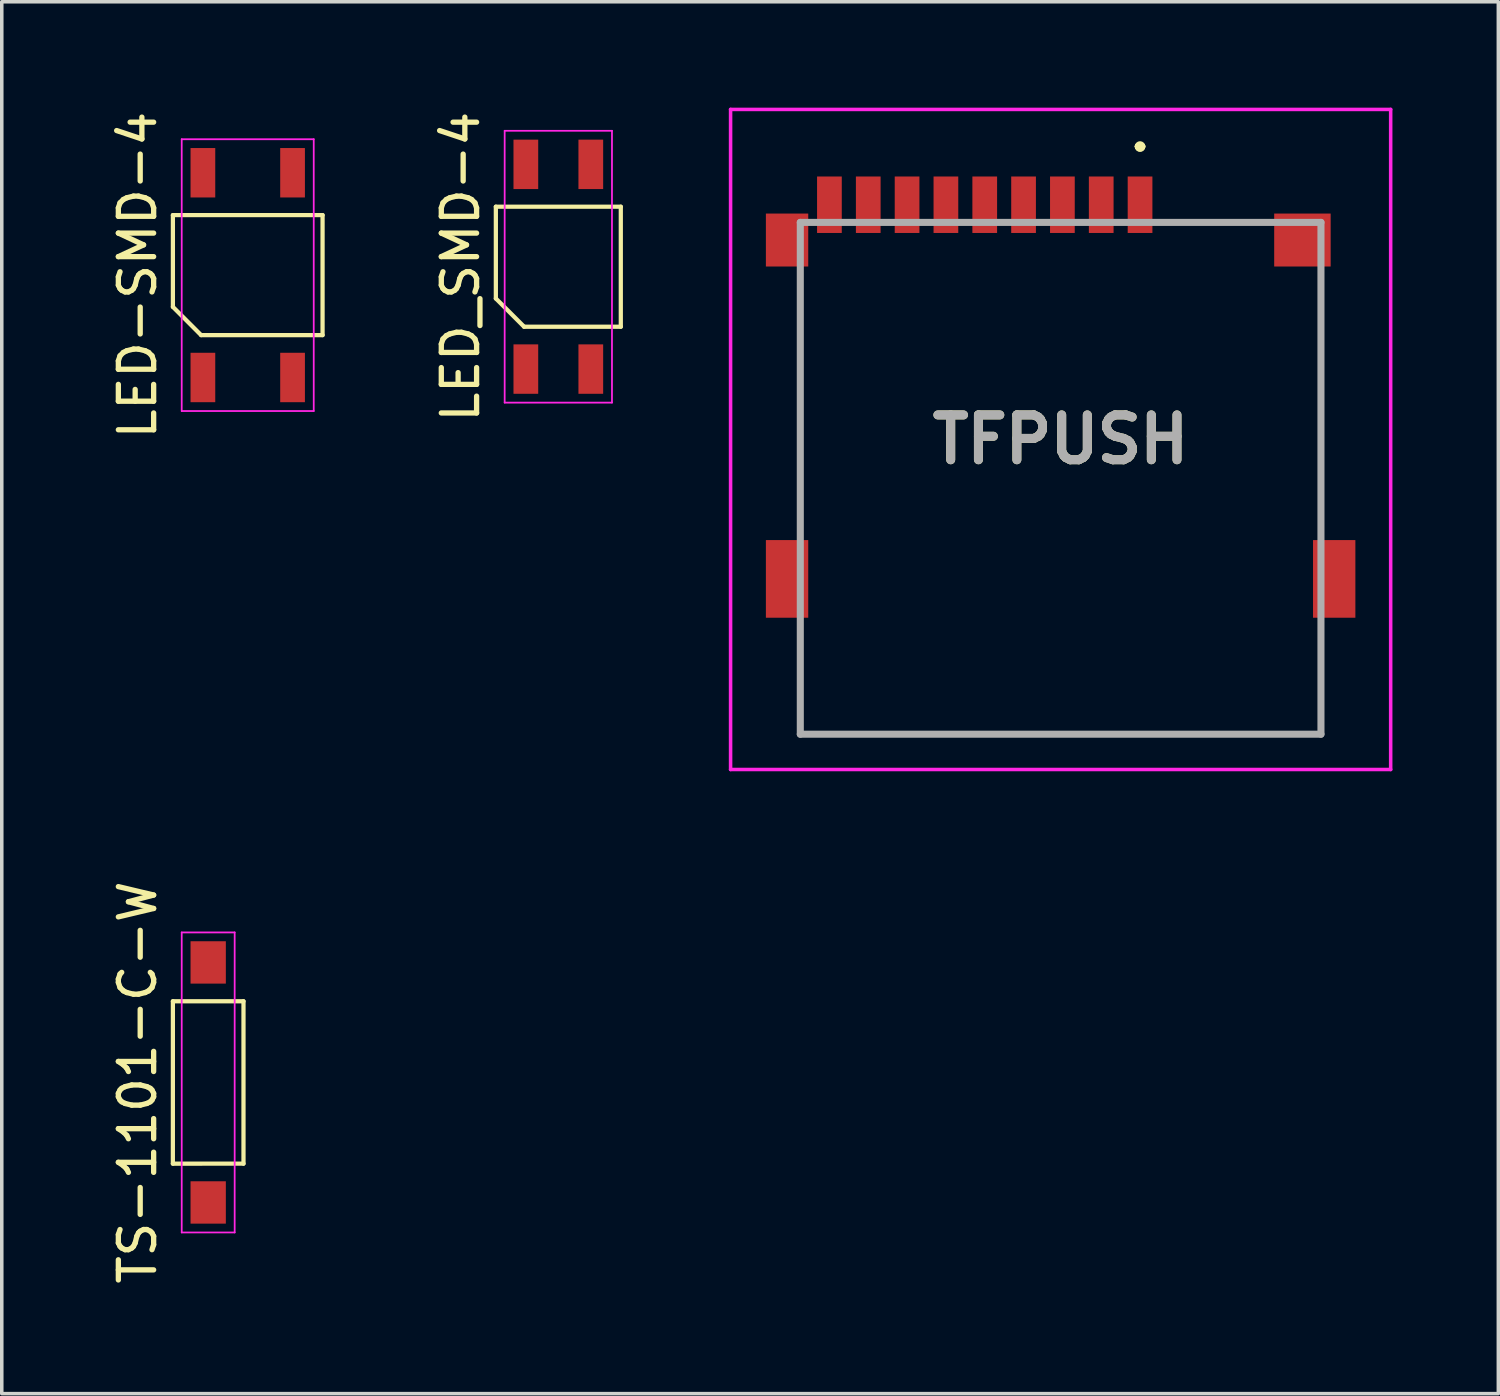
<source format=kicad_pcb>
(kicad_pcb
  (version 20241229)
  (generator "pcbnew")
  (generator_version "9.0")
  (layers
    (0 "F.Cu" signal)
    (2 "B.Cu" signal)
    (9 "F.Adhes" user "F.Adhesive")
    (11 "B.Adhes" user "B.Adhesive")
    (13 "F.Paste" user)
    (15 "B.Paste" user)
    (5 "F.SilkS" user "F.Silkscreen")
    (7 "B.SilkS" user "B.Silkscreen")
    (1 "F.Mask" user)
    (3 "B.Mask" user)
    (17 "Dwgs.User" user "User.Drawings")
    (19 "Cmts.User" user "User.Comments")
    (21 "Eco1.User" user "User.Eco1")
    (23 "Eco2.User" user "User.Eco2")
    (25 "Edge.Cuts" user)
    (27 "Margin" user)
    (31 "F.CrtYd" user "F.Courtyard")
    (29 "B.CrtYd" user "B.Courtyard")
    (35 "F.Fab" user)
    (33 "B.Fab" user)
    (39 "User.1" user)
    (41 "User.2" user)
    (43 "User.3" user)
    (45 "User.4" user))
  (footprint "LED-SMD-4"
    (layer "F.Cu")
    (at 3.968 4.744)
    (property "Reference" "LED-SMD-4" (at -3.12 0 90) (layer "F.SilkS") (effects (font (size 1 1) (thickness 0.15))))
    (attr smd)
    (fp_line (start -2.12 -1.7) (end 2.12 -1.7) (stroke (width 0.12) (type solid)) (layer "F.SilkS"))
    (fp_line (start -2.12 0.9) (end -2.12 -1.7) (stroke (width 0.12) (type solid)) (layer "F.SilkS"))
    (fp_line (start -1.32 1.7) (end -2.12 0.9) (stroke (width 0.12) (type solid)) (layer "F.SilkS"))
    (fp_line (start 2.12 -1.7) (end 2.12 1.7) (stroke (width 0.12) (type solid)) (layer "F.SilkS"))
    (fp_line (start 2.12 1.7) (end -1.32 1.7) (stroke (width 0.12) (type solid)) (layer "F.SilkS"))
    (fp_line (start -1.87 -3.85) (end 1.87 -3.85) (stroke (width 0.05) (type solid)) (layer "F.CrtYd"))
    (fp_line (start -1.87 3.85) (end -1.87 -3.85) (stroke (width 0.05) (type solid)) (layer "F.CrtYd"))
    (fp_line (start 1.87 -3.85) (end 1.87 3.85) (stroke (width 0.05) (type solid)) (layer "F.CrtYd"))
    (fp_line (start 1.87 3.85) (end -1.87 3.85) (stroke (width 0.05) (type solid)) (layer "F.CrtYd"))
    (pad "1" smd rect (at -1.27 2.9) (size 0.7 1.4) (layers "F.Cu" "F.Mask" "F.Paste"))
    (pad "2" smd rect (at 1.27 2.9) (size 0.7 1.4) (layers "F.Cu" "F.Mask" "F.Paste"))
    (pad "3" smd rect (at 1.27 -2.9) (size 0.7 1.4) (layers "F.Cu" "F.Mask" "F.Paste"))
    (pad "4" smd rect (at -1.27 -2.9) (size 0.7 1.4) (layers "F.Cu" "F.Mask" "F.Paste")))
  (footprint "TS-1101-C-W"
    (layer "F.Cu")
    (at 2.848 27.615)
    (property "Reference" "TS-1101-C-W" (at -2 0 90) (layer "F.SilkS") (effects (font (size 1 1) (thickness 0.15))))
    (attr smd)
    (fp_line (start -1.001 2.301) (end -1 -2.3) (stroke (width 0.12) (type solid)) (layer "F.SilkS"))
    (fp_line (start -1 -2.3) (end 1 -2.3) (stroke (width 0.12) (type solid)) (layer "F.SilkS"))
    (fp_line (start 1 -2.3) (end 1 2.3) (stroke (width 0.12) (type solid)) (layer "F.SilkS"))
    (fp_line (start 1 2.3) (end -1.001 2.301) (stroke (width 0.12) (type solid)) (layer "F.SilkS"))
    (fp_line (start -0.75 -4.25) (end 0.75 -4.25) (stroke (width 0.05) (type solid)) (layer "F.CrtYd"))
    (fp_line (start -0.75 4.25) (end -0.75 -4.25) (stroke (width 0.05) (type solid)) (layer "F.CrtYd"))
    (fp_line (start 0.75 -4.25) (end 0.75 4.25) (stroke (width 0.05) (type solid)) (layer "F.CrtYd"))
    (fp_line (start 0.75 4.25) (end -0.75 4.25) (stroke (width 0.05) (type solid)) (layer "F.CrtYd"))
    (pad "1" smd rect (at 0 3.4) (size 1 1.2) (layers "F.Cu" "F.Mask" "F.Paste"))
    (pad "2" smd rect (at 0 -3.4) (size 1 1.2) (layers "F.Cu" "F.Mask" "F.Paste")))
  (footprint "TFPUSH"
    (layer "F.Cu")
    (at 26.997 10.5)
    (property "Reference" "TFPUSH" (at 0 -1.1 0) (layer "F.SilkS") (effects (font (size 1.27 1.27) (thickness 0.254))))
    (attr through_hole)
    (fp_line (start -7.375 -5.25) (end -7.375 -5.25) (stroke (width 0.1) (type solid)) (layer "F.SilkS"))
    (fp_line (start -7.375 -5.25) (end -7.375 1.25) (stroke (width 0.1) (type solid)) (layer "F.SilkS"))
    (fp_line (start -7.375 1.25) (end -7.375 -5.25) (stroke (width 0.1) (type solid)) (layer "F.SilkS"))
    (fp_line (start -7.375 1.25) (end -7.375 1.25) (stroke (width 0.1) (type solid)) (layer "F.SilkS"))
    (fp_line (start -7.375 4.5) (end -7.375 4.5) (stroke (width 0.1) (type solid)) (layer "F.SilkS"))
    (fp_line (start -7.375 4.5) (end -7.375 7.25) (stroke (width 0.1) (type solid)) (layer "F.SilkS"))
    (fp_line (start -7.375 7.25) (end -7.375 4.5) (stroke (width 0.1) (type solid)) (layer "F.SilkS"))
    (fp_line (start -7.375 7.25) (end -7.375 7.25) (stroke (width 0.1) (type solid)) (layer "F.SilkS"))
    (fp_line (start -7.375 7.25) (end -7.375 7.25) (stroke (width 0.1) (type solid)) (layer "F.SilkS"))
    (fp_line (start -7.375 7.25) (end 7.375 7.25) (stroke (width 0.1) (type solid)) (layer "F.SilkS"))
    (fp_line (start 2.2 -9.4) (end 2.2 -9.4) (stroke (width 0.2) (type solid)) (layer "F.SilkS"))
    (fp_line (start 2.2 -9.4) (end 2.2 -9.4) (stroke (width 0.2) (type solid)) (layer "F.SilkS"))
    (fp_line (start 2.3 -9.4) (end 2.3 -9.4) (stroke (width 0.2) (type solid)) (layer "F.SilkS"))
    (fp_line (start 3.2 -7.25) (end 3.2 -7.25) (stroke (width 0.1) (type solid)) (layer "F.SilkS"))
    (fp_line (start 3.2 -7.25) (end 5.45 -7.25) (stroke (width 0.1) (type solid)) (layer "F.SilkS"))
    (fp_line (start 5.45 -7.25) (end 3.2 -7.25) (stroke (width 0.1) (type solid)) (layer "F.SilkS"))
    (fp_line (start 5.45 -7.25) (end 5.45 -7.25) (stroke (width 0.1) (type solid)) (layer "F.SilkS"))
    (fp_line (start 7.375 -5.25) (end 7.375 -5.25) (stroke (width 0.1) (type solid)) (layer "F.SilkS"))
    (fp_line (start 7.375 -5.25) (end 7.375 1) (stroke (width 0.1) (type solid)) (layer "F.SilkS"))
    (fp_line (start 7.375 1) (end 7.375 -5.25) (stroke (width 0.1) (type solid)) (layer "F.SilkS"))
    (fp_line (start 7.375 1) (end 7.375 1) (stroke (width 0.1) (type solid)) (layer "F.SilkS"))
    (fp_line (start 7.375 4.5) (end 7.375 4.5) (stroke (width 0.1) (type solid)) (layer "F.SilkS"))
    (fp_line (start 7.375 4.5) (end 7.375 7.25) (stroke (width 0.1) (type solid)) (layer "F.SilkS"))
    (fp_line (start 7.375 7.25) (end -7.375 7.25) (stroke (width 0.1) (type solid)) (layer "F.SilkS"))
    (fp_line (start 7.375 7.25) (end 7.375 4.5) (stroke (width 0.1) (type solid)) (layer "F.SilkS"))
    (fp_line (start 7.375 7.25) (end 7.375 7.25) (stroke (width 0.1) (type solid)) (layer "F.SilkS"))
    (fp_line (start 7.375 7.25) (end 7.375 7.25) (stroke (width 0.1) (type solid)) (layer "F.SilkS"))
    (fp_arc (start 2.2 -9.4) (mid 2.25 -9.45) (end 2.3 -9.4) (stroke (width 0.2) (type solid)) (layer "F.SilkS"))
    (fp_arc (start 2.3 -9.4) (mid 2.25 -9.35) (end 2.2 -9.4) (stroke (width 0.2) (type solid)) (layer "F.SilkS"))
    (fp_arc (start 2.3 -9.4) (mid 2.25 -9.35) (end 2.2 -9.4) (stroke (width 0.2) (type solid)) (layer "F.SilkS"))
    (fp_line (start -9.35 -10.45) (end 9.35 -10.45) (stroke (width 0.1) (type solid)) (layer "F.CrtYd"))
    (fp_line (start -9.35 8.25) (end -9.35 -10.45) (stroke (width 0.1) (type solid)) (layer "F.CrtYd"))
    (fp_line (start 9.35 -10.45) (end 9.35 8.25) (stroke (width 0.1) (type solid)) (layer "F.CrtYd"))
    (fp_line (start 9.35 8.25) (end -9.35 8.25) (stroke (width 0.1) (type solid)) (layer "F.CrtYd"))
    (fp_line (start -7.375 -7.25) (end -7.375 7.25) (stroke (width 0.2) (type solid)) (layer "F.Fab"))
    (fp_line (start -7.375 7.25) (end 7.375 7.25) (stroke (width 0.2) (type solid)) (layer "F.Fab"))
    (fp_line (start 7.375 -7.25) (end -7.375 -7.25) (stroke (width 0.2) (type solid)) (layer "F.Fab"))
    (fp_line (start 7.375 7.25) (end 7.375 -7.25) (stroke (width 0.2) (type solid)) (layer "F.Fab"))
    (fp_text user "${REFERENCE}" (at 0 -1.1 0) (layer "F.Fab") (effects (font (size 1.27 1.27) (thickness 0.254))))
    (pad "" np_thru_hole circle (at -4.95 3.25) (size 0.001 0.001) (drill 1) (layers "*.Cu" "*.Mask"))
    (pad "" np_thru_hole circle (at 3.05 3.25) (size 0.001 0.001) (drill 1) (layers "*.Cu" "*.Mask"))
    (pad "1" smd rect (at 2.25 -7.75) (size 0.7 1.6) (layers "F.Cu" "F.Mask" "F.Paste"))
    (pad "2" smd rect (at 1.15 -7.75) (size 0.7 1.6) (layers "F.Cu" "F.Mask" "F.Paste"))
    (pad "3" smd rect (at 0.05 -7.75) (size 0.7 1.6) (layers "F.Cu" "F.Mask" "F.Paste"))
    (pad "4" smd rect (at -1.05 -7.75) (size 0.7 1.6) (layers "F.Cu" "F.Mask" "F.Paste"))
    (pad "5" smd rect (at -2.15 -7.75) (size 0.7 1.6) (layers "F.Cu" "F.Mask" "F.Paste"))
    (pad "6" smd rect (at -3.25 -7.75) (size 0.7 1.6) (layers "F.Cu" "F.Mask" "F.Paste"))
    (pad "7" smd rect (at -4.35 -7.75) (size 0.7 1.6) (layers "F.Cu" "F.Mask" "F.Paste"))
    (pad "8" smd rect (at -5.45 -7.75) (size 0.7 1.6) (layers "F.Cu" "F.Mask" "F.Paste"))
    (pad "CD1" smd rect (at -6.55 -7.75) (size 0.7 1.6) (layers "F.Cu" "F.Mask" "F.Paste"))
    (pad "G1" smd rect (at 6.85 -6.75 90) (size 1.5 1.6) (layers "F.Cu" "F.Mask" "F.Paste"))
    (pad "G2" smd rect (at -7.75 -6.75) (size 1.2 1.5) (layers "F.Cu" "F.Mask" "F.Paste"))
    (pad "G3" smd rect (at -7.75 2.85) (size 1.2 2.2) (layers "F.Cu" "F.Mask" "F.Paste"))
    (pad "G4" smd rect (at 7.75 2.85) (size 1.2 2.2) (layers "F.Cu" "F.Mask" "F.Paste")))
  (footprint "LED_SMD-4"
    (layer "F.Cu")
    (at 12.767 4.506)
    (property "Reference" "LED_SMD-4" (at -2.77 0 90) (layer "F.SilkS") (effects (font (size 1 1) (thickness 0.15))))
    (attr smd)
    (fp_line (start -1.77 -1.7) (end 1.77 -1.7) (stroke (width 0.12) (type solid)) (layer "F.SilkS"))
    (fp_line (start -1.77 0.9) (end -1.77 -1.7) (stroke (width 0.12) (type solid)) (layer "F.SilkS"))
    (fp_line (start -0.97 1.7) (end -1.77 0.9) (stroke (width 0.12) (type solid)) (layer "F.SilkS"))
    (fp_line (start 1.77 -1.7) (end 1.77 1.7) (stroke (width 0.12) (type solid)) (layer "F.SilkS"))
    (fp_line (start 1.77 1.7) (end -0.97 1.7) (stroke (width 0.12) (type solid)) (layer "F.SilkS"))
    (fp_line (start -1.52 -3.85) (end 1.52 -3.85) (stroke (width 0.05) (type solid)) (layer "F.CrtYd"))
    (fp_line (start -1.52 3.85) (end -1.52 -3.85) (stroke (width 0.05) (type solid)) (layer "F.CrtYd"))
    (fp_line (start 1.52 -3.85) (end 1.52 3.85) (stroke (width 0.05) (type solid)) (layer "F.CrtYd"))
    (fp_line (start 1.52 3.85) (end -1.52 3.85) (stroke (width 0.05) (type solid)) (layer "F.CrtYd"))
    (pad "1" smd rect (at -0.92 2.9) (size 0.7 1.4) (layers "F.Cu" "F.Mask" "F.Paste"))
    (pad "2" smd rect (at 0.92 2.9) (size 0.7 1.4) (layers "F.Cu" "F.Mask" "F.Paste"))
    (pad "3" smd rect (at 0.92 -2.9) (size 0.7 1.4) (layers "F.Cu" "F.Mask" "F.Paste"))
    (pad "4" smd rect (at -0.92 -2.9) (size 0.7 1.4) (layers "F.Cu" "F.Mask" "F.Paste")))
  (gr_rect
    (start -3 -3)
    (end 39.397 36.431)
    (stroke (width 0.1) (type default))
    (fill no)
    (layer "Edge.Cuts")))
</source>
